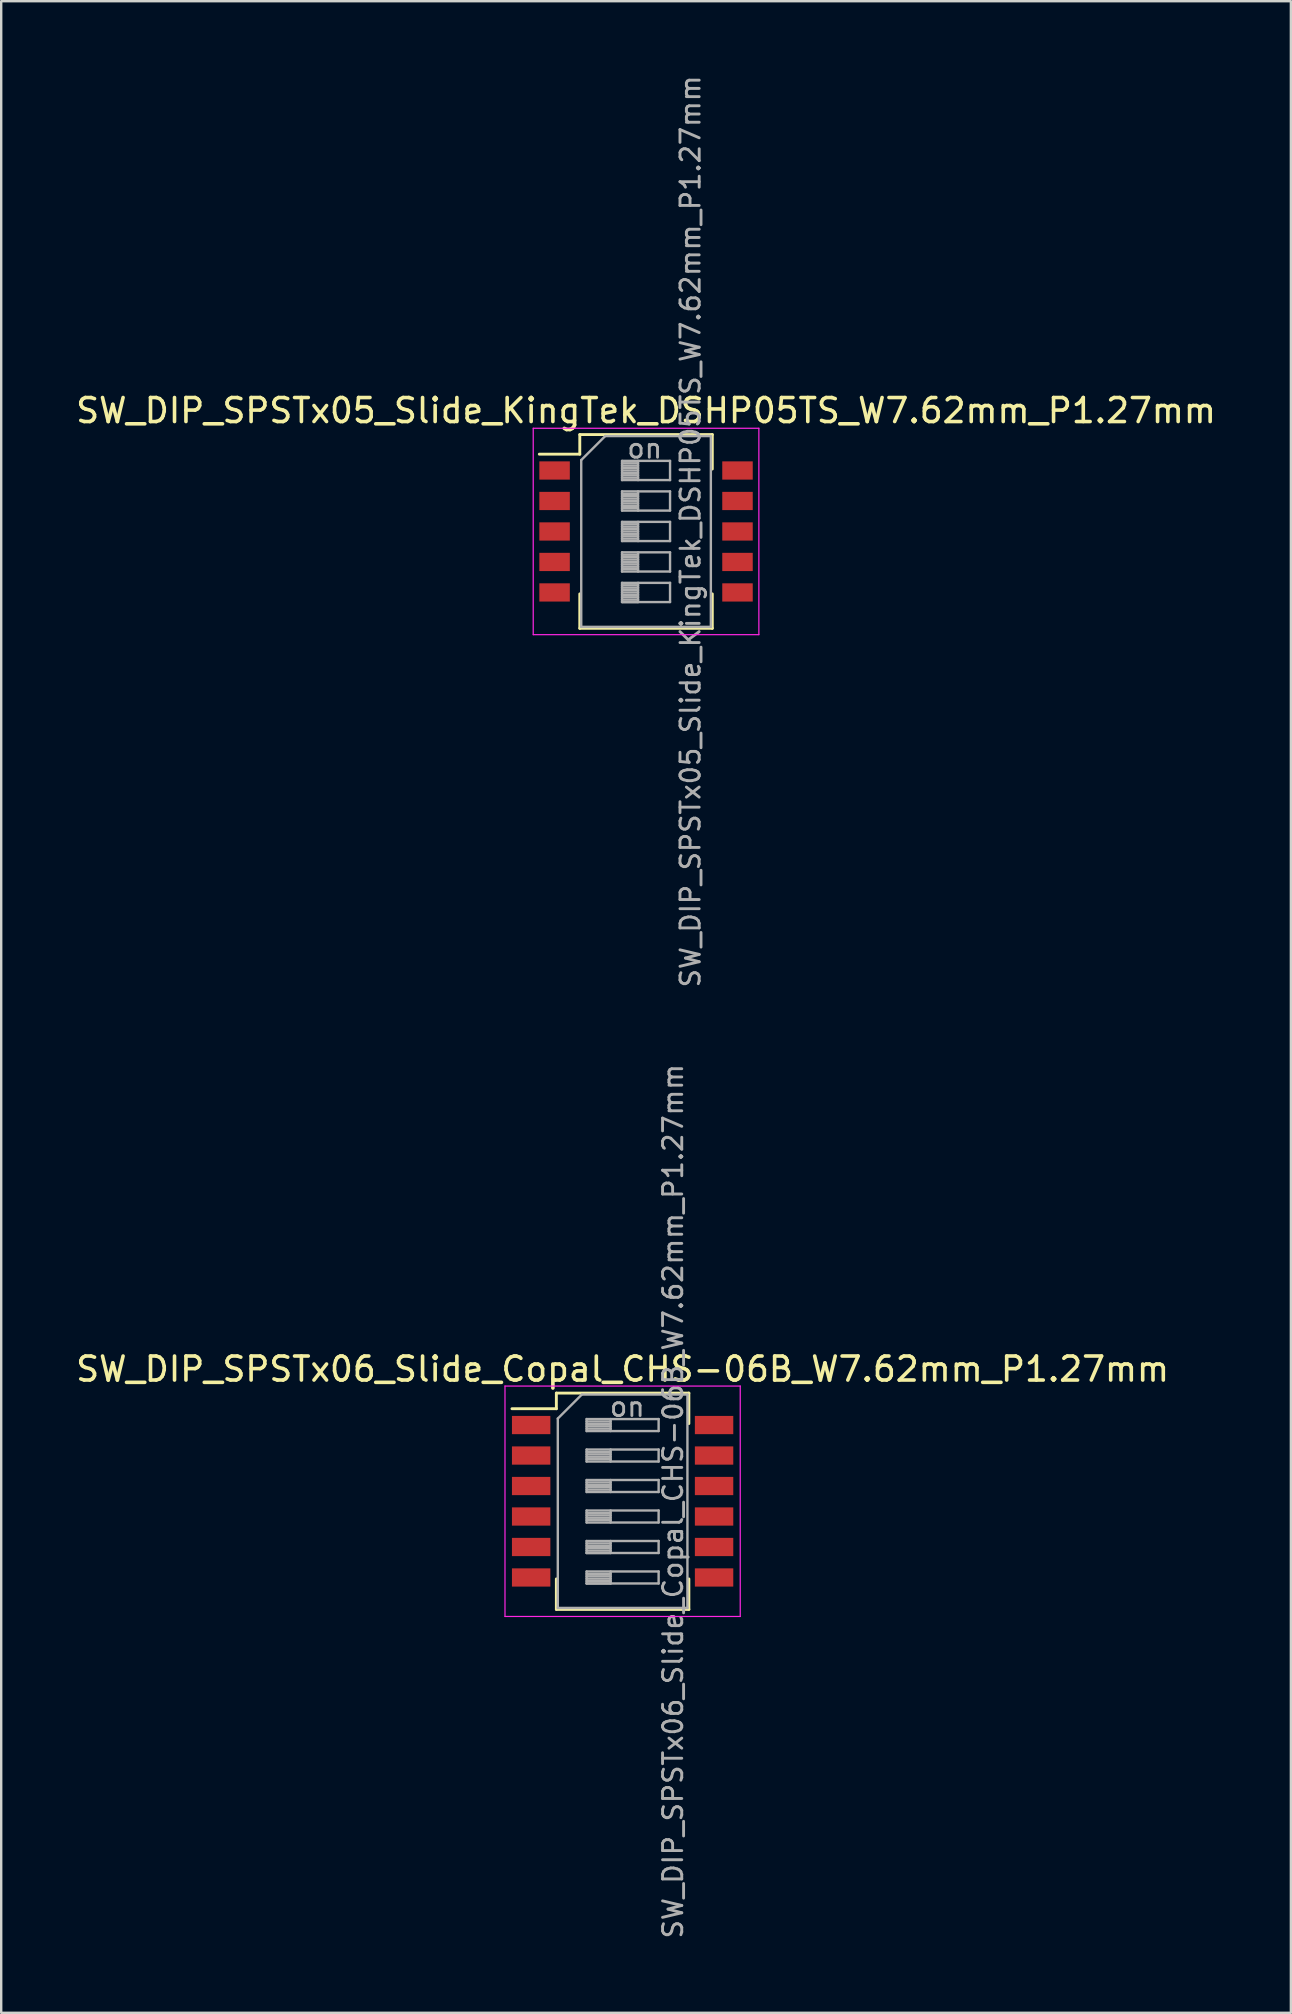
<source format=kicad_pcb>
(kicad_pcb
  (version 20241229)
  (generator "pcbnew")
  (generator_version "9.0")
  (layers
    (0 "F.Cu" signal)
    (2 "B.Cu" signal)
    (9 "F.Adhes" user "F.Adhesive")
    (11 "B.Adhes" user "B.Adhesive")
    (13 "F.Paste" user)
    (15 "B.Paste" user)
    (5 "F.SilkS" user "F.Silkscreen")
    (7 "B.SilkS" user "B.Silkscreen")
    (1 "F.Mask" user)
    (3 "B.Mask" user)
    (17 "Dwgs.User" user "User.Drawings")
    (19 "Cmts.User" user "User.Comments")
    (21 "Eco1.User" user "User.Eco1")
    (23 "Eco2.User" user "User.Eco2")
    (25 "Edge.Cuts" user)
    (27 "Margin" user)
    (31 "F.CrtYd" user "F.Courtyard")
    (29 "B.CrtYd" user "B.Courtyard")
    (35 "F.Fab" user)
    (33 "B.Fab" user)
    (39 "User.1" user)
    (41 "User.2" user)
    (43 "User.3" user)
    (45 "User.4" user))
  (footprint "SW_DIP_SPSTx05_Slide_KingTek_DSHP05TS_W7.62mm_P1.27mm"
    (layer "F.Cu")
    (at 23.863 19.09)
    (property "Reference" "SW_DIP_SPSTx05_Slide_KingTek_DSHP05TS_W7.62mm_P1.27mm" (at 0 -5.035 0) (layer "F.SilkS") (effects (font (size 1 1) (thickness 0.15))))
    (attr smd)
    (fp_line (start -4.446 -3.22) (end -2.76 -3.22) (stroke (width 0.12) (type solid)) (layer "F.SilkS"))
    (fp_line (start -2.76 -4.036) (end -2.76 -3.22) (stroke (width 0.12) (type solid)) (layer "F.SilkS"))
    (fp_line (start -2.76 -4.036) (end 2.76 -4.036) (stroke (width 0.12) (type solid)) (layer "F.SilkS"))
    (fp_line (start -2.76 2.6) (end -2.76 4.035) (stroke (width 0.12) (type solid)) (layer "F.SilkS"))
    (fp_line (start -2.76 4.035) (end 2.76 4.035) (stroke (width 0.12) (type solid)) (layer "F.SilkS"))
    (fp_line (start 2.76 -4.036) (end 2.76 -2.601) (stroke (width 0.12) (type solid)) (layer "F.SilkS"))
    (fp_line (start 2.76 2.6) (end 2.76 4.035) (stroke (width 0.12) (type solid)) (layer "F.SilkS"))
    (fp_line (start -4.7 -4.3) (end -4.7 4.3) (stroke (width 0.05) (type solid)) (layer "F.CrtYd"))
    (fp_line (start -4.7 4.3) (end 4.7 4.3) (stroke (width 0.05) (type solid)) (layer "F.CrtYd"))
    (fp_line (start 4.7 -4.3) (end -4.7 -4.3) (stroke (width 0.05) (type solid)) (layer "F.CrtYd"))
    (fp_line (start 4.7 4.3) (end 4.7 -4.3) (stroke (width 0.05) (type solid)) (layer "F.CrtYd"))
    (fp_line (start -2.7 -2.975) (end -1.7 -3.975) (stroke (width 0.1) (type solid)) (layer "F.Fab"))
    (fp_line (start -2.7 3.975) (end -2.7 -2.975) (stroke (width 0.1) (type solid)) (layer "F.Fab"))
    (fp_line (start -1.7 -3.975) (end 2.7 -3.975) (stroke (width 0.1) (type solid)) (layer "F.Fab"))
    (fp_line (start -1 -2.94) (end -1 -2.14) (stroke (width 0.1) (type solid)) (layer "F.Fab"))
    (fp_line (start -1 -2.84) (end -0.333 -2.84) (stroke (width 0.1) (type solid)) (layer "F.Fab"))
    (fp_line (start -1 -2.74) (end -0.333 -2.74) (stroke (width 0.1) (type solid)) (layer "F.Fab"))
    (fp_line (start -1 -2.64) (end -0.333 -2.64) (stroke (width 0.1) (type solid)) (layer "F.Fab"))
    (fp_line (start -1 -2.54) (end -0.333 -2.54) (stroke (width 0.1) (type solid)) (layer "F.Fab"))
    (fp_line (start -1 -2.44) (end -0.333 -2.44) (stroke (width 0.1) (type solid)) (layer "F.Fab"))
    (fp_line (start -1 -2.34) (end -0.333 -2.34) (stroke (width 0.1) (type solid)) (layer "F.Fab"))
    (fp_line (start -1 -2.24) (end -0.333 -2.24) (stroke (width 0.1) (type solid)) (layer "F.Fab"))
    (fp_line (start -1 -2.14) (end 1 -2.14) (stroke (width 0.1) (type solid)) (layer "F.Fab"))
    (fp_line (start -1 -1.67) (end -1 -0.87) (stroke (width 0.1) (type solid)) (layer "F.Fab"))
    (fp_line (start -1 -1.57) (end -0.333 -1.57) (stroke (width 0.1) (type solid)) (layer "F.Fab"))
    (fp_line (start -1 -1.47) (end -0.333 -1.47) (stroke (width 0.1) (type solid)) (layer "F.Fab"))
    (fp_line (start -1 -1.37) (end -0.333 -1.37) (stroke (width 0.1) (type solid)) (layer "F.Fab"))
    (fp_line (start -1 -1.27) (end -0.333 -1.27) (stroke (width 0.1) (type solid)) (layer "F.Fab"))
    (fp_line (start -1 -1.17) (end -0.333 -1.17) (stroke (width 0.1) (type solid)) (layer "F.Fab"))
    (fp_line (start -1 -1.07) (end -0.333 -1.07) (stroke (width 0.1) (type solid)) (layer "F.Fab"))
    (fp_line (start -1 -0.97) (end -0.333 -0.97) (stroke (width 0.1) (type solid)) (layer "F.Fab"))
    (fp_line (start -1 -0.87) (end 1 -0.87) (stroke (width 0.1) (type solid)) (layer "F.Fab"))
    (fp_line (start -1 -0.4) (end -1 0.4) (stroke (width 0.1) (type solid)) (layer "F.Fab"))
    (fp_line (start -1 -0.3) (end -0.333 -0.3) (stroke (width 0.1) (type solid)) (layer "F.Fab"))
    (fp_line (start -1 -0.2) (end -0.333 -0.2) (stroke (width 0.1) (type solid)) (layer "F.Fab"))
    (fp_line (start -1 -0.1) (end -0.333 -0.1) (stroke (width 0.1) (type solid)) (layer "F.Fab"))
    (fp_line (start -1 0) (end -0.333 0) (stroke (width 0.1) (type solid)) (layer "F.Fab"))
    (fp_line (start -1 0.1) (end -0.333 0.1) (stroke (width 0.1) (type solid)) (layer "F.Fab"))
    (fp_line (start -1 0.2) (end -0.333 0.2) (stroke (width 0.1) (type solid)) (layer "F.Fab"))
    (fp_line (start -1 0.3) (end -0.333 0.3) (stroke (width 0.1) (type solid)) (layer "F.Fab"))
    (fp_line (start -1 0.4) (end 1 0.4) (stroke (width 0.1) (type solid)) (layer "F.Fab"))
    (fp_line (start -1 0.87) (end -1 1.67) (stroke (width 0.1) (type solid)) (layer "F.Fab"))
    (fp_line (start -1 0.97) (end -0.333 0.97) (stroke (width 0.1) (type solid)) (layer "F.Fab"))
    (fp_line (start -1 1.07) (end -0.333 1.07) (stroke (width 0.1) (type solid)) (layer "F.Fab"))
    (fp_line (start -1 1.17) (end -0.333 1.17) (stroke (width 0.1) (type solid)) (layer "F.Fab"))
    (fp_line (start -1 1.27) (end -0.333 1.27) (stroke (width 0.1) (type solid)) (layer "F.Fab"))
    (fp_line (start -1 1.37) (end -0.333 1.37) (stroke (width 0.1) (type solid)) (layer "F.Fab"))
    (fp_line (start -1 1.47) (end -0.333 1.47) (stroke (width 0.1) (type solid)) (layer "F.Fab"))
    (fp_line (start -1 1.57) (end -0.333 1.57) (stroke (width 0.1) (type solid)) (layer "F.Fab"))
    (fp_line (start -1 1.67) (end 1 1.67) (stroke (width 0.1) (type solid)) (layer "F.Fab"))
    (fp_line (start -1 2.14) (end -1 2.94) (stroke (width 0.1) (type solid)) (layer "F.Fab"))
    (fp_line (start -1 2.24) (end -0.333 2.24) (stroke (width 0.1) (type solid)) (layer "F.Fab"))
    (fp_line (start -1 2.34) (end -0.333 2.34) (stroke (width 0.1) (type solid)) (layer "F.Fab"))
    (fp_line (start -1 2.44) (end -0.333 2.44) (stroke (width 0.1) (type solid)) (layer "F.Fab"))
    (fp_line (start -1 2.54) (end -0.333 2.54) (stroke (width 0.1) (type solid)) (layer "F.Fab"))
    (fp_line (start -1 2.64) (end -0.333 2.64) (stroke (width 0.1) (type solid)) (layer "F.Fab"))
    (fp_line (start -1 2.74) (end -0.333 2.74) (stroke (width 0.1) (type solid)) (layer "F.Fab"))
    (fp_line (start -1 2.84) (end -0.333 2.84) (stroke (width 0.1) (type solid)) (layer "F.Fab"))
    (fp_line (start -1 2.94) (end -0.333 2.94) (stroke (width 0.1) (type solid)) (layer "F.Fab"))
    (fp_line (start -1 2.94) (end 1 2.94) (stroke (width 0.1) (type solid)) (layer "F.Fab"))
    (fp_line (start -0.333 -2.94) (end -0.333 -2.14) (stroke (width 0.1) (type solid)) (layer "F.Fab"))
    (fp_line (start -0.333 -1.67) (end -0.333 -0.87) (stroke (width 0.1) (type solid)) (layer "F.Fab"))
    (fp_line (start -0.333 -0.4) (end -0.333 0.4) (stroke (width 0.1) (type solid)) (layer "F.Fab"))
    (fp_line (start -0.333 0.87) (end -0.333 1.67) (stroke (width 0.1) (type solid)) (layer "F.Fab"))
    (fp_line (start -0.333 2.14) (end -0.333 2.94) (stroke (width 0.1) (type solid)) (layer "F.Fab"))
    (fp_line (start 1 -2.94) (end -1 -2.94) (stroke (width 0.1) (type solid)) (layer "F.Fab"))
    (fp_line (start 1 -2.14) (end 1 -2.94) (stroke (width 0.1) (type solid)) (layer "F.Fab"))
    (fp_line (start 1 -1.67) (end -1 -1.67) (stroke (width 0.1) (type solid)) (layer "F.Fab"))
    (fp_line (start 1 -0.87) (end 1 -1.67) (stroke (width 0.1) (type solid)) (layer "F.Fab"))
    (fp_line (start 1 -0.4) (end -1 -0.4) (stroke (width 0.1) (type solid)) (layer "F.Fab"))
    (fp_line (start 1 0.4) (end 1 -0.4) (stroke (width 0.1) (type solid)) (layer "F.Fab"))
    (fp_line (start 1 0.87) (end -1 0.87) (stroke (width 0.1) (type solid)) (layer "F.Fab"))
    (fp_line (start 1 1.67) (end 1 0.87) (stroke (width 0.1) (type solid)) (layer "F.Fab"))
    (fp_line (start 1 2.14) (end -1 2.14) (stroke (width 0.1) (type solid)) (layer "F.Fab"))
    (fp_line (start 1 2.94) (end 1 2.14) (stroke (width 0.1) (type solid)) (layer "F.Fab"))
    (fp_line (start 2.7 -3.975) (end 2.7 3.975) (stroke (width 0.1) (type solid)) (layer "F.Fab"))
    (fp_line (start 2.7 3.975) (end -2.7 3.975) (stroke (width 0.1) (type solid)) (layer "F.Fab"))
    (fp_text user "on" (at -0.055 -3.458 0) (layer "F.Fab") (effects (font (size 0.8 0.8) (thickness 0.12))))
    (fp_text user "${REFERENCE}" (at 1.85 0 90) (layer "F.Fab") (effects (font (size 0.8 0.8) (thickness 0.12))))
    (pad "1" smd rect (at -3.81 -2.54) (size 1.27 0.76) (layers "F.Cu" "F.Mask" "F.Paste"))
    (pad "2" smd rect (at -3.81 -1.27) (size 1.27 0.76) (layers "F.Cu" "F.Mask" "F.Paste"))
    (pad "3" smd rect (at -3.81 0) (size 1.27 0.76) (layers "F.Cu" "F.Mask" "F.Paste"))
    (pad "4" smd rect (at -3.81 1.27) (size 1.27 0.76) (layers "F.Cu" "F.Mask" "F.Paste"))
    (pad "5" smd rect (at -3.81 2.54) (size 1.27 0.76) (layers "F.Cu" "F.Mask" "F.Paste"))
    (pad "6" smd rect (at 3.81 2.54) (size 1.27 0.76) (layers "F.Cu" "F.Mask" "F.Paste"))
    (pad "7" smd rect (at 3.81 1.27) (size 1.27 0.76) (layers "F.Cu" "F.Mask" "F.Paste"))
    (pad "8" smd rect (at 3.81 0) (size 1.27 0.76) (layers "F.Cu" "F.Mask" "F.Paste"))
    (pad "9" smd rect (at 3.81 -1.27) (size 1.27 0.76) (layers "F.Cu" "F.Mask" "F.Paste"))
    (pad "10" smd rect (at 3.81 -2.54) (size 1.27 0.76) (layers "F.Cu" "F.Mask" "F.Paste")))
  (footprint "SW_DIP_SPSTx06_Slide_Copal_CHS-06B_W7.62mm_P1.27mm"
    (layer "F.Cu")
    (at 22.887 59.49)
    (property "Reference" "SW_DIP_SPSTx06_Slide_Copal_CHS-06B_W7.62mm_P1.27mm" (at 0 -5.505 0) (layer "F.SilkS") (effects (font (size 1 1) (thickness 0.15))))
    (attr smd)
    (fp_line (start -4.61 -3.855) (end -2.76 -3.855) (stroke (width 0.12) (type solid)) (layer "F.SilkS"))
    (fp_line (start -2.76 -4.505) (end -2.76 -3.855) (stroke (width 0.12) (type solid)) (layer "F.SilkS"))
    (fp_line (start -2.76 -4.505) (end 2.76 -4.505) (stroke (width 0.12) (type solid)) (layer "F.SilkS"))
    (fp_line (start -2.76 3.235) (end -2.76 4.505) (stroke (width 0.12) (type solid)) (layer "F.SilkS"))
    (fp_line (start -2.76 4.505) (end 2.76 4.505) (stroke (width 0.12) (type solid)) (layer "F.SilkS"))
    (fp_line (start 2.76 -4.505) (end 2.76 -3.236) (stroke (width 0.12) (type solid)) (layer "F.SilkS"))
    (fp_line (start 2.76 3.235) (end 2.76 4.505) (stroke (width 0.12) (type solid)) (layer "F.SilkS"))
    (fp_line (start -4.9 -4.8) (end -4.9 4.8) (stroke (width 0.05) (type solid)) (layer "F.CrtYd"))
    (fp_line (start -4.9 4.8) (end 4.9 4.8) (stroke (width 0.05) (type solid)) (layer "F.CrtYd"))
    (fp_line (start 4.9 -4.8) (end -4.9 -4.8) (stroke (width 0.05) (type solid)) (layer "F.CrtYd"))
    (fp_line (start 4.9 4.8) (end 4.9 -4.8) (stroke (width 0.05) (type solid)) (layer "F.CrtYd"))
    (fp_line (start -2.7 -3.445) (end -1.7 -4.445) (stroke (width 0.1) (type solid)) (layer "F.Fab"))
    (fp_line (start -2.7 4.445) (end -2.7 -3.445) (stroke (width 0.1) (type solid)) (layer "F.Fab"))
    (fp_line (start -1.7 -4.445) (end 2.7 -4.445) (stroke (width 0.1) (type solid)) (layer "F.Fab"))
    (fp_line (start -1.5 -3.425) (end -1.5 -2.925) (stroke (width 0.1) (type solid)) (layer "F.Fab"))
    (fp_line (start -1.5 -3.325) (end -0.5 -3.325) (stroke (width 0.1) (type solid)) (layer "F.Fab"))
    (fp_line (start -1.5 -3.225) (end -0.5 -3.225) (stroke (width 0.1) (type solid)) (layer "F.Fab"))
    (fp_line (start -1.5 -3.125) (end -0.5 -3.125) (stroke (width 0.1) (type solid)) (layer "F.Fab"))
    (fp_line (start -1.5 -3.025) (end -0.5 -3.025) (stroke (width 0.1) (type solid)) (layer "F.Fab"))
    (fp_line (start -1.5 -2.925) (end 1.5 -2.925) (stroke (width 0.1) (type solid)) (layer "F.Fab"))
    (fp_line (start -1.5 -2.155) (end -1.5 -1.655) (stroke (width 0.1) (type solid)) (layer "F.Fab"))
    (fp_line (start -1.5 -2.055) (end -0.5 -2.055) (stroke (width 0.1) (type solid)) (layer "F.Fab"))
    (fp_line (start -1.5 -1.955) (end -0.5 -1.955) (stroke (width 0.1) (type solid)) (layer "F.Fab"))
    (fp_line (start -1.5 -1.855) (end -0.5 -1.855) (stroke (width 0.1) (type solid)) (layer "F.Fab"))
    (fp_line (start -1.5 -1.755) (end -0.5 -1.755) (stroke (width 0.1) (type solid)) (layer "F.Fab"))
    (fp_line (start -1.5 -1.655) (end 1.5 -1.655) (stroke (width 0.1) (type solid)) (layer "F.Fab"))
    (fp_line (start -1.5 -0.885) (end -1.5 -0.385) (stroke (width 0.1) (type solid)) (layer "F.Fab"))
    (fp_line (start -1.5 -0.785) (end -0.5 -0.785) (stroke (width 0.1) (type solid)) (layer "F.Fab"))
    (fp_line (start -1.5 -0.685) (end -0.5 -0.685) (stroke (width 0.1) (type solid)) (layer "F.Fab"))
    (fp_line (start -1.5 -0.585) (end -0.5 -0.585) (stroke (width 0.1) (type solid)) (layer "F.Fab"))
    (fp_line (start -1.5 -0.485) (end -0.5 -0.485) (stroke (width 0.1) (type solid)) (layer "F.Fab"))
    (fp_line (start -1.5 -0.385) (end 1.5 -0.385) (stroke (width 0.1) (type solid)) (layer "F.Fab"))
    (fp_line (start -1.5 0.385) (end -1.5 0.885) (stroke (width 0.1) (type solid)) (layer "F.Fab"))
    (fp_line (start -1.5 0.485) (end -0.5 0.485) (stroke (width 0.1) (type solid)) (layer "F.Fab"))
    (fp_line (start -1.5 0.585) (end -0.5 0.585) (stroke (width 0.1) (type solid)) (layer "F.Fab"))
    (fp_line (start -1.5 0.685) (end -0.5 0.685) (stroke (width 0.1) (type solid)) (layer "F.Fab"))
    (fp_line (start -1.5 0.785) (end -0.5 0.785) (stroke (width 0.1) (type solid)) (layer "F.Fab"))
    (fp_line (start -1.5 0.885) (end 1.5 0.885) (stroke (width 0.1) (type solid)) (layer "F.Fab"))
    (fp_line (start -1.5 1.655) (end -1.5 2.155) (stroke (width 0.1) (type solid)) (layer "F.Fab"))
    (fp_line (start -1.5 1.755) (end -0.5 1.755) (stroke (width 0.1) (type solid)) (layer "F.Fab"))
    (fp_line (start -1.5 1.855) (end -0.5 1.855) (stroke (width 0.1) (type solid)) (layer "F.Fab"))
    (fp_line (start -1.5 1.955) (end -0.5 1.955) (stroke (width 0.1) (type solid)) (layer "F.Fab"))
    (fp_line (start -1.5 2.055) (end -0.5 2.055) (stroke (width 0.1) (type solid)) (layer "F.Fab"))
    (fp_line (start -1.5 2.155) (end -0.5 2.155) (stroke (width 0.1) (type solid)) (layer "F.Fab"))
    (fp_line (start -1.5 2.155) (end 1.5 2.155) (stroke (width 0.1) (type solid)) (layer "F.Fab"))
    (fp_line (start -1.5 2.925) (end -1.5 3.425) (stroke (width 0.1) (type solid)) (layer "F.Fab"))
    (fp_line (start -1.5 3.025) (end -0.5 3.025) (stroke (width 0.1) (type solid)) (layer "F.Fab"))
    (fp_line (start -1.5 3.125) (end -0.5 3.125) (stroke (width 0.1) (type solid)) (layer "F.Fab"))
    (fp_line (start -1.5 3.225) (end -0.5 3.225) (stroke (width 0.1) (type solid)) (layer "F.Fab"))
    (fp_line (start -1.5 3.325) (end -0.5 3.325) (stroke (width 0.1) (type solid)) (layer "F.Fab"))
    (fp_line (start -1.5 3.425) (end -0.5 3.425) (stroke (width 0.1) (type solid)) (layer "F.Fab"))
    (fp_line (start -1.5 3.425) (end 1.5 3.425) (stroke (width 0.1) (type solid)) (layer "F.Fab"))
    (fp_line (start -0.5 -3.425) (end -0.5 -2.925) (stroke (width 0.1) (type solid)) (layer "F.Fab"))
    (fp_line (start -0.5 -2.155) (end -0.5 -1.655) (stroke (width 0.1) (type solid)) (layer "F.Fab"))
    (fp_line (start -0.5 -0.885) (end -0.5 -0.385) (stroke (width 0.1) (type solid)) (layer "F.Fab"))
    (fp_line (start -0.5 0.385) (end -0.5 0.885) (stroke (width 0.1) (type solid)) (layer "F.Fab"))
    (fp_line (start -0.5 1.655) (end -0.5 2.155) (stroke (width 0.1) (type solid)) (layer "F.Fab"))
    (fp_line (start -0.5 2.925) (end -0.5 3.425) (stroke (width 0.1) (type solid)) (layer "F.Fab"))
    (fp_line (start 1.5 -3.425) (end -1.5 -3.425) (stroke (width 0.1) (type solid)) (layer "F.Fab"))
    (fp_line (start 1.5 -2.925) (end 1.5 -3.425) (stroke (width 0.1) (type solid)) (layer "F.Fab"))
    (fp_line (start 1.5 -2.155) (end -1.5 -2.155) (stroke (width 0.1) (type solid)) (layer "F.Fab"))
    (fp_line (start 1.5 -1.655) (end 1.5 -2.155) (stroke (width 0.1) (type solid)) (layer "F.Fab"))
    (fp_line (start 1.5 -0.885) (end -1.5 -0.885) (stroke (width 0.1) (type solid)) (layer "F.Fab"))
    (fp_line (start 1.5 -0.385) (end 1.5 -0.885) (stroke (width 0.1) (type solid)) (layer "F.Fab"))
    (fp_line (start 1.5 0.385) (end -1.5 0.385) (stroke (width 0.1) (type solid)) (layer "F.Fab"))
    (fp_line (start 1.5 0.885) (end 1.5 0.385) (stroke (width 0.1) (type solid)) (layer "F.Fab"))
    (fp_line (start 1.5 1.655) (end -1.5 1.655) (stroke (width 0.1) (type solid)) (layer "F.Fab"))
    (fp_line (start 1.5 2.155) (end 1.5 1.655) (stroke (width 0.1) (type solid)) (layer "F.Fab"))
    (fp_line (start 1.5 2.925) (end -1.5 2.925) (stroke (width 0.1) (type solid)) (layer "F.Fab"))
    (fp_line (start 1.5 3.425) (end 1.5 2.925) (stroke (width 0.1) (type solid)) (layer "F.Fab"))
    (fp_line (start 2.7 -4.445) (end 2.7 4.445) (stroke (width 0.1) (type solid)) (layer "F.Fab"))
    (fp_line (start 2.7 4.445) (end -2.7 4.445) (stroke (width 0.1) (type solid)) (layer "F.Fab"))
    (fp_text user "on" (at 0.195 -3.935 0) (layer "F.Fab") (effects (font (size 0.8 0.8) (thickness 0.12))))
    (fp_text user "${REFERENCE}" (at 2.1 0 90) (layer "F.Fab") (effects (font (size 0.8 0.8) (thickness 0.12))))
    (pad "1" smd rect (at -3.81 -3.175) (size 1.6 0.76) (layers "F.Cu" "F.Mask" "F.Paste"))
    (pad "2" smd rect (at -3.81 -1.905) (size 1.6 0.76) (layers "F.Cu" "F.Mask" "F.Paste"))
    (pad "3" smd rect (at -3.81 -0.635) (size 1.6 0.76) (layers "F.Cu" "F.Mask" "F.Paste"))
    (pad "4" smd rect (at -3.81 0.635) (size 1.6 0.76) (layers "F.Cu" "F.Mask" "F.Paste"))
    (pad "5" smd rect (at -3.81 1.905) (size 1.6 0.76) (layers "F.Cu" "F.Mask" "F.Paste"))
    (pad "6" smd rect (at -3.81 3.175) (size 1.6 0.76) (layers "F.Cu" "F.Mask" "F.Paste"))
    (pad "7" smd rect (at 3.81 3.175) (size 1.6 0.76) (layers "F.Cu" "F.Mask" "F.Paste"))
    (pad "8" smd rect (at 3.81 1.905) (size 1.6 0.76) (layers "F.Cu" "F.Mask" "F.Paste"))
    (pad "9" smd rect (at 3.81 0.635) (size 1.6 0.76) (layers "F.Cu" "F.Mask" "F.Paste"))
    (pad "10" smd rect (at 3.81 -0.635) (size 1.6 0.76) (layers "F.Cu" "F.Mask" "F.Paste"))
    (pad "11" smd rect (at 3.81 -1.905) (size 1.6 0.76) (layers "F.Cu" "F.Mask" "F.Paste"))
    (pad "12" smd rect (at 3.81 -3.175) (size 1.6 0.76) (layers "F.Cu" "F.Mask" "F.Paste")))
  (gr_rect
    (start -3 -3)
    (end 50.726 80.8)
    (stroke (width 0.1) (type default))
    (fill no)
    (layer "Edge.Cuts")))
</source>
